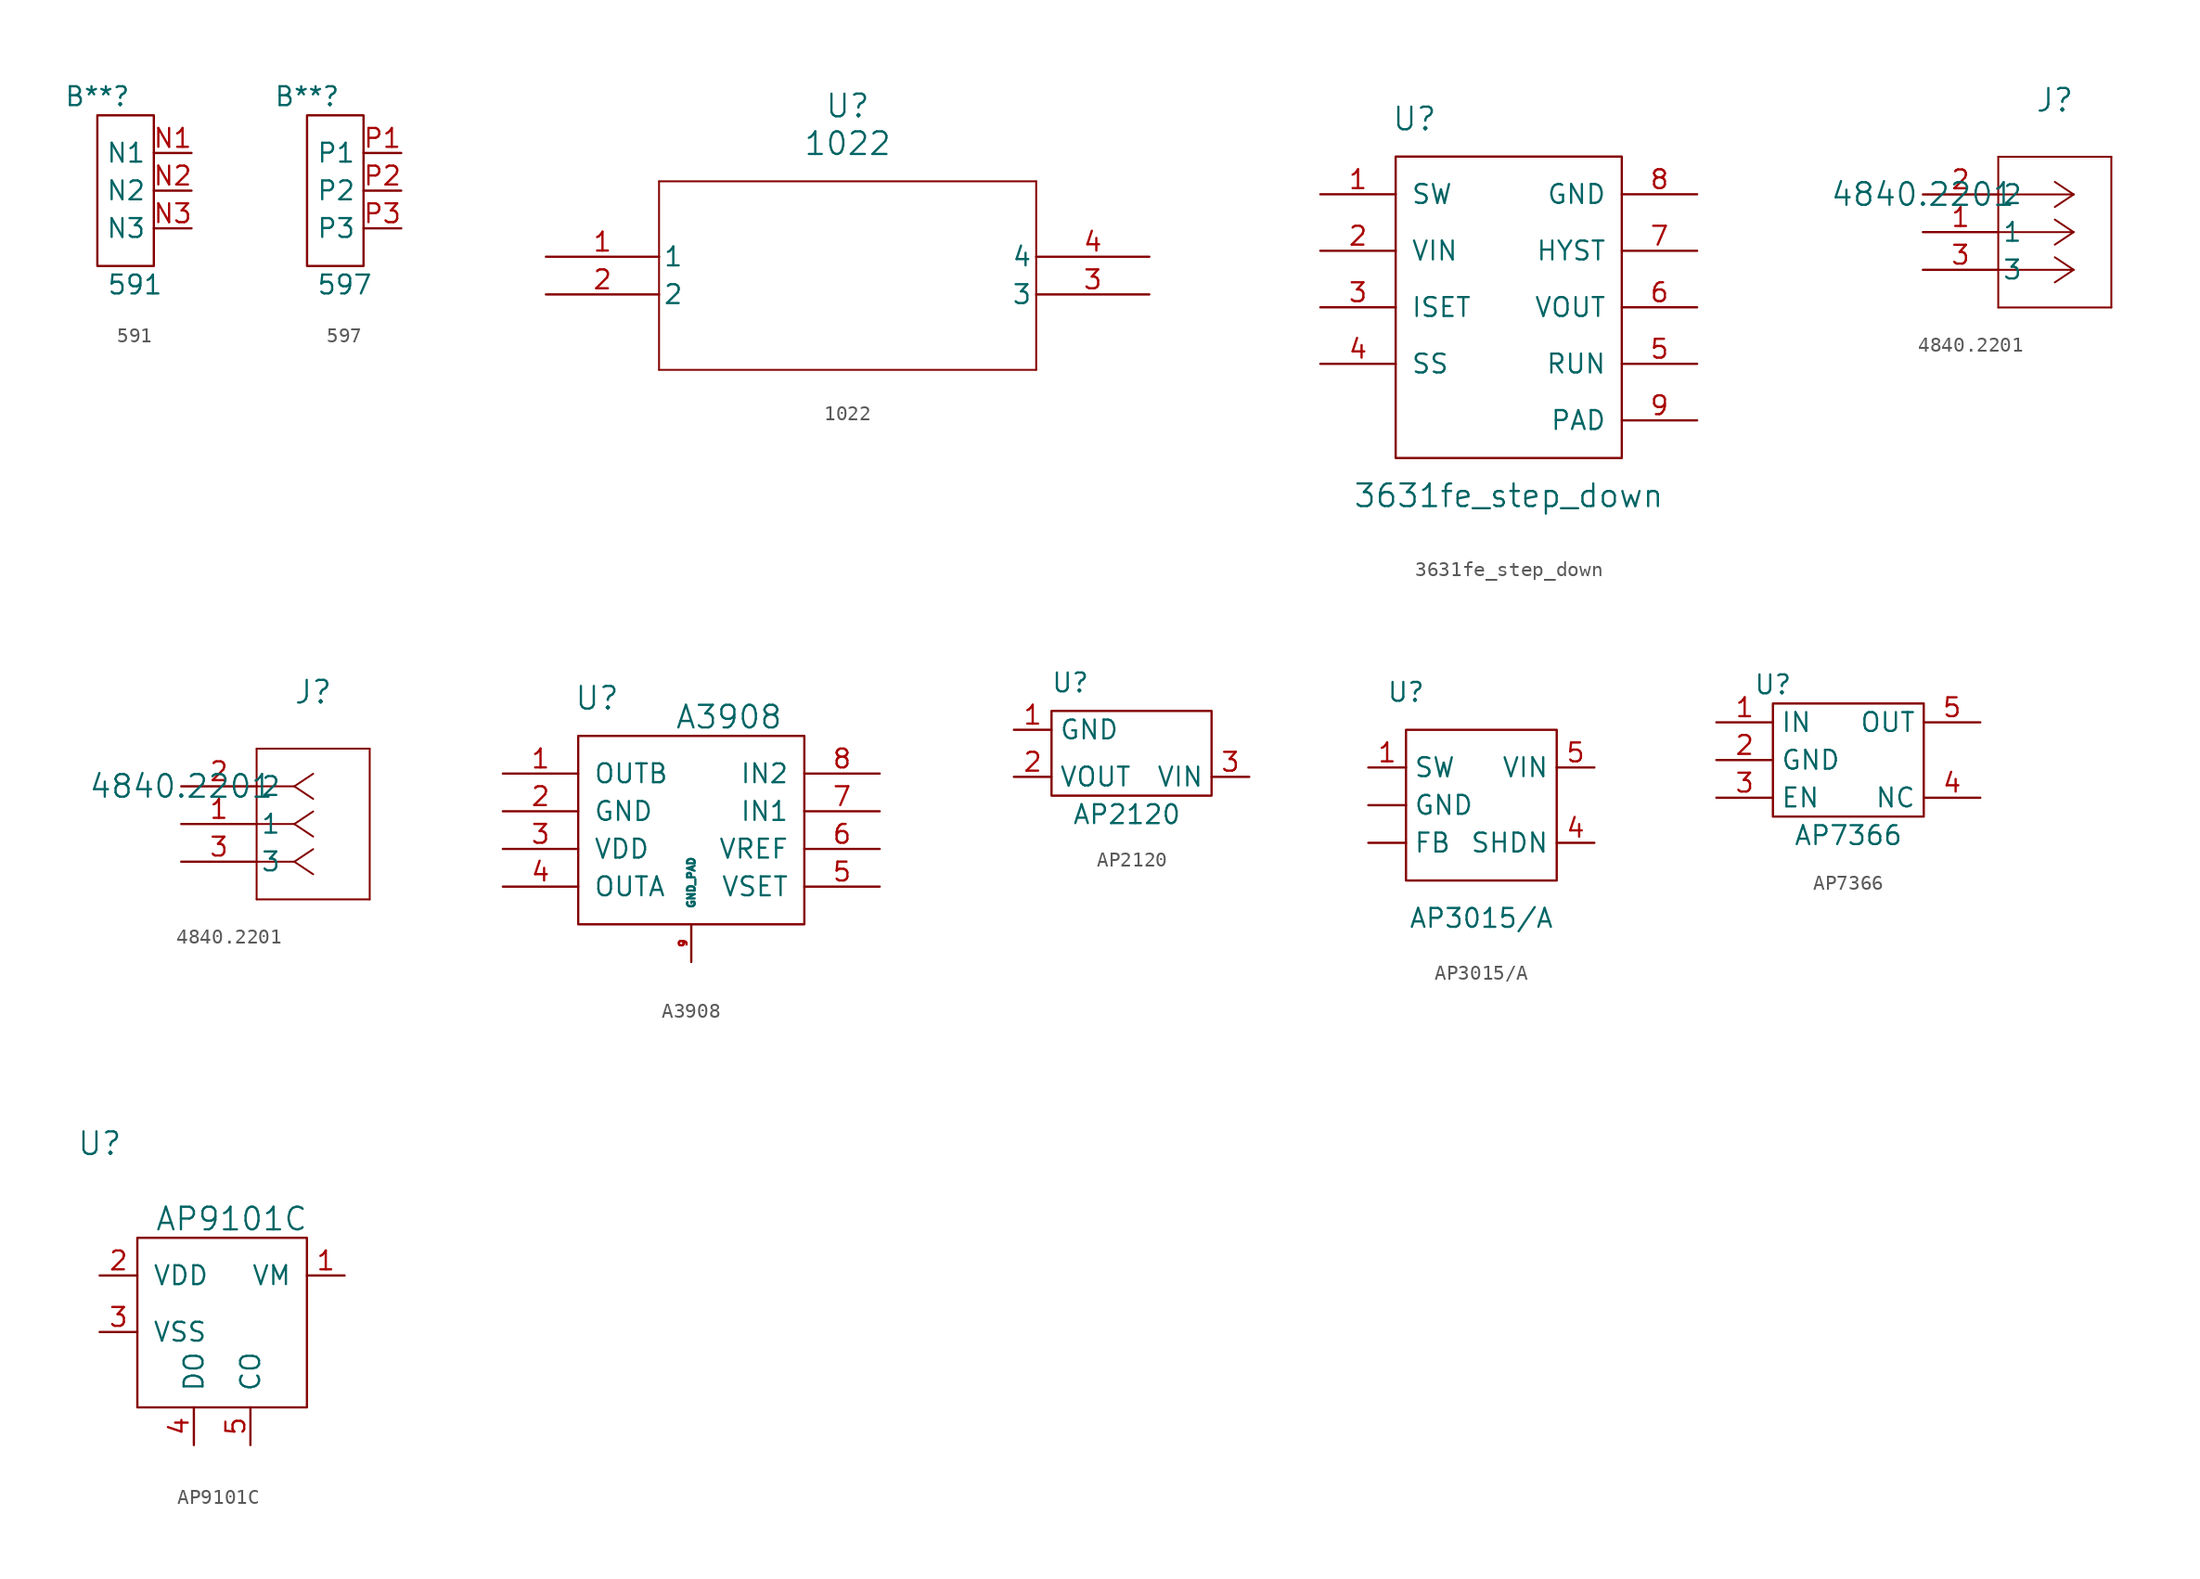
<source format=kicad_sym>
(kicad_symbol_lib
  (version 20231120)
  (generator "kicad_symbol_editor")
  (generator_version "8.0")
  (symbol "591"
    (property "Reference" "B**"
      (at -3.81 5.08 0)
      (effects (font (size 1.27 1.27))))
    (property "Value" "591"
      (at -1.27 -7.62 0)
      (effects (font (size 1.27 1.27))))
    (symbol "591_0_1"
      (rectangle (start 0 3.81) (end -3.81 -6.35) (stroke (width 0) (type default)) (fill (type none))))
    (symbol "591_1_1"
      (pin input line (at 2.54 1.27 180) (length 2.54) (name "N1" (effects (font (size 1.27 1.27)))) (number "N1" (effects (font (size 1.27 1.27)))))
      (pin input line (at 2.54 -1.27 180) (length 2.54) (name "N2" (effects (font (size 1.27 1.27)))) (number "N2" (effects (font (size 1.27 1.27)))))
      (pin input line (at 2.54 -3.81 180) (length 2.54) (name "N3" (effects (font (size 1.27 1.27)))) (number "N3" (effects (font (size 1.27 1.27)))))))
  (symbol "597"
    (property "Reference" "B**"
      (at -3.81 6.35 0)
      (effects (font (size 1.27 1.27))))
    (property "Value" "597"
      (at -1.27 -6.35 0)
      (effects (font (size 1.27 1.27))))
    (symbol "597_0_1"
      (rectangle (start 0 5.08) (end -3.81 -5.08) (stroke (width 0) (type default)) (fill (type none))))
    (symbol "597_1_1"
      (pin input line (at 2.54 2.54 180) (length 2.54) (name "P1" (effects (font (size 1.27 1.27)))) (number "P1" (effects (font (size 1.27 1.27)))))
      (pin input line (at 2.54 0 180) (length 2.54) (name "P2" (effects (font (size 1.27 1.27)))) (number "P2" (effects (font (size 1.27 1.27)))))
      (pin input line (at 2.54 -2.54 180) (length 2.54) (name "P3" (effects (font (size 1.27 1.27)))) (number "P3" (effects (font (size 1.27 1.27)))))))
  (symbol "1022"
    (pin_names
      (offset 0.254))
    (property "Reference" "U"
      (at 20.32 10.16 0)
      (effects (font (size 1.524 1.524))))
    (property "Value" "1022"
      (at 20.32 7.62 0)
      (effects (font (size 1.524 1.524))))
    (symbol "1022_0_1"
      (polyline (pts (xy 7.62 5.08) (xy 7.62 -7.62)) (stroke (width 0.127) (type default) (color 0 0 0 0)) (fill (type none)))
      (polyline (pts (xy 7.62 -7.62) (xy 33.02 -7.62)) (stroke (width 0.127) (type default) (color 0 0 0 0)) (fill (type none)))
      (polyline (pts (xy 33.02 -7.62) (xy 33.02 5.08)) (stroke (width 0.127) (type default) (color 0 0 0 0)) (fill (type none)))
      (polyline (pts (xy 33.02 5.08) (xy 7.62 5.08)) (stroke (width 0.127) (type default) (color 0 0 0 0)) (fill (type none)))
      (pin unspecified line (at 0 0 0) (length 7.62) (name "1" (effects (font (size 1.27 1.27)))) (number "1" (effects (font (size 1.27 1.27)))))
      (pin unspecified line (at 0 -2.54 0) (length 7.62) (name "2" (effects (font (size 1.27 1.27)))) (number "2" (effects (font (size 1.27 1.27)))))
      (pin unspecified line (at 40.64 -2.54 180) (length 7.62) (name "3" (effects (font (size 1.27 1.27)))) (number "3" (effects (font (size 1.27 1.27)))))
      (pin unspecified line (at 40.64 0 180) (length 7.62) (name "4" (effects (font (size 1.27 1.27)))) (number "4" (effects (font (size 1.27 1.27)))))))
  (symbol "3631fe_step_down"
    (pin_names
      (offset 1.016))
    (property "Reference" "U"
      (at -6.35 10.16 0)
      (effects (font (size 1.524 1.524))))
    (property "Value" "3631fe_step_down"
      (at 0 -15.24 0)
      (effects (font (size 1.524 1.524))))
    (symbol "3631fe_step_down_0_1"
      (rectangle (start -7.62 7.62) (end 7.62 -12.7) (stroke (width 0) (type default)) (fill (type none))))
    (symbol "3631fe_step_down_1_1"
      (pin input line (at -12.7 5.08 0) (length 5.08) (name "SW" (effects (font (size 1.27 1.27)))) (number "1" (effects (font (size 1.27 1.27)))))
      (pin input line (at -12.7 1.27 0) (length 5.08) (name "VIN" (effects (font (size 1.27 1.27)))) (number "2" (effects (font (size 1.27 1.27)))))
      (pin input line (at -12.7 -2.54 0) (length 5.08) (name "ISET" (effects (font (size 1.27 1.27)))) (number "3" (effects (font (size 1.27 1.27)))))
      (pin input line (at -12.7 -6.35 0) (length 5.08) (name "SS" (effects (font (size 1.27 1.27)))) (number "4" (effects (font (size 1.27 1.27)))))
      (pin input line (at 12.7 -6.35 180) (length 5.08) (name "RUN" (effects (font (size 1.27 1.27)))) (number "5" (effects (font (size 1.27 1.27)))))
      (pin input line (at 12.7 -2.54 180) (length 5.08) (name "VOUT" (effects (font (size 1.27 1.27)))) (number "6" (effects (font (size 1.27 1.27)))))
      (pin input line (at 12.7 1.27 180) (length 5.08) (name "HYST" (effects (font (size 1.27 1.27)))) (number "7" (effects (font (size 1.27 1.27)))))
      (pin input line (at 12.7 5.08 180) (length 5.08) (name "GND" (effects (font (size 1.27 1.27)))) (number "8" (effects (font (size 1.27 1.27)))))
      (pin input line (at 12.7 -10.16 180) (length 5.08) (name "PAD" (effects (font (size 1.27 1.27)))) (number "9" (effects (font (size 1.27 1.27)))))))
  (symbol "4840.2201"
    (pin_names
      (offset 0.254))
    (property "Reference" "J"
      (at 8.89 6.35 0)
      (effects (font (size 1.524 1.524))))
    (property "Value" "4840.2201"
      (at 0 0 0)
      (effects (font (size 1.524 1.524))))
    (property "ki_locked" ""
      (at 0 0 0)
      (effects (font (size 1.27 1.27))))
    (symbol "4840.2201_1_1"
      (polyline (pts (xy 5.08 -7.62) (xy 12.7 -7.62)) (stroke (width 0.127) (type default)) (fill (type none)))
      (polyline (pts (xy 5.08 2.54) (xy 5.08 -7.62)) (stroke (width 0.127) (type default)) (fill (type none)))
      (polyline (pts (xy 10.16 -5.08) (xy 5.08 -5.08)) (stroke (width 0.127) (type default)) (fill (type none)))
      (polyline (pts (xy 10.16 -5.08) (xy 8.89 -5.927)) (stroke (width 0.127) (type default)) (fill (type none)))
      (polyline (pts (xy 10.16 -5.08) (xy 8.89 -4.233)) (stroke (width 0.127) (type default)) (fill (type none)))
      (polyline (pts (xy 10.16 -2.54) (xy 5.08 -2.54)) (stroke (width 0.127) (type default)) (fill (type none)))
      (polyline (pts (xy 10.16 -2.54) (xy 8.89 -3.387)) (stroke (width 0.127) (type default)) (fill (type none)))
      (polyline (pts (xy 10.16 -2.54) (xy 8.89 -1.693)) (stroke (width 0.127) (type default)) (fill (type none)))
      (polyline (pts (xy 10.16 0) (xy 5.08 0)) (stroke (width 0.127) (type default)) (fill (type none)))
      (polyline (pts (xy 10.16 0) (xy 8.89 -0.847)) (stroke (width 0.127) (type default)) (fill (type none)))
      (polyline (pts (xy 10.16 0) (xy 8.89 0.847)) (stroke (width 0.127) (type default)) (fill (type none)))
      (polyline (pts (xy 12.7 -7.62) (xy 12.7 2.54)) (stroke (width 0.127) (type default)) (fill (type none)))
      (polyline (pts (xy 12.7 2.54) (xy 5.08 2.54)) (stroke (width 0.127) (type default)) (fill (type none)))
      (pin unspecified line (at 0 -2.54 0) (length 5.08) (name "1" (effects (font (size 1.27 1.27)))) (number "1" (effects (font (size 1.27 1.27)))))
      (pin unspecified line (at 0 0 0) (length 5.08) (name "2" (effects (font (size 1.27 1.27)))) (number "2" (effects (font (size 1.27 1.27)))))
      (pin unspecified line (at 0 -5.08 0) (length 5.08) (name "3" (effects (font (size 1.27 1.27)))) (number "3" (effects (font (size 1.27 1.27))))))
    (symbol "4840.2201_1_2"
      (polyline (pts (xy 5.08 -7.62) (xy 12.7 -7.62)) (stroke (width 0.127) (type default)) (fill (type none)))
      (polyline (pts (xy 5.08 2.54) (xy 5.08 -7.62)) (stroke (width 0.127) (type default)) (fill (type none)))
      (polyline (pts (xy 7.62 -5.08) (xy 5.08 -5.08)) (stroke (width 0.127) (type default)) (fill (type none)))
      (polyline (pts (xy 7.62 -5.08) (xy 8.89 -5.927)) (stroke (width 0.127) (type default)) (fill (type none)))
      (polyline (pts (xy 7.62 -5.08) (xy 8.89 -4.233)) (stroke (width 0.127) (type default)) (fill (type none)))
      (polyline (pts (xy 7.62 -2.54) (xy 5.08 -2.54)) (stroke (width 0.127) (type default)) (fill (type none)))
      (polyline (pts (xy 7.62 -2.54) (xy 8.89 -3.387)) (stroke (width 0.127) (type default)) (fill (type none)))
      (polyline (pts (xy 7.62 -2.54) (xy 8.89 -1.693)) (stroke (width 0.127) (type default)) (fill (type none)))
      (polyline (pts (xy 7.62 0) (xy 5.08 0)) (stroke (width 0.127) (type default)) (fill (type none)))
      (polyline (pts (xy 7.62 0) (xy 8.89 -0.847)) (stroke (width 0.127) (type default)) (fill (type none)))
      (polyline (pts (xy 7.62 0) (xy 8.89 0.847)) (stroke (width 0.127) (type default)) (fill (type none)))
      (polyline (pts (xy 12.7 -7.62) (xy 12.7 2.54)) (stroke (width 0.127) (type default)) (fill (type none)))
      (polyline (pts (xy 12.7 2.54) (xy 5.08 2.54)) (stroke (width 0.127) (type default)) (fill (type none)))
      (pin unspecified line (at 0 -2.54 0) (length 5.08) (name "1" (effects (font (size 1.27 1.27)))) (number "1" (effects (font (size 1.27 1.27)))))
      (pin unspecified line (at 0 0 0) (length 5.08) (name "2" (effects (font (size 1.27 1.27)))) (number "2" (effects (font (size 1.27 1.27)))))
      (pin unspecified line (at 0 -5.08 0) (length 5.08) (name "3" (effects (font (size 1.27 1.27)))) (number "3" (effects (font (size 1.27 1.27)))))))
  (symbol "A3908"
    (pin_names
      (offset 1.016))
    (property "Reference" "U"
      (at -6.35 8.89 0)
      (effects (font (size 1.524 1.524))))
    (property "Value" "A3908"
      (at 2.54 7.62 0)
      (effects (font (size 1.524 1.524))))
    (symbol "A3908_0_1"
      (rectangle (start -7.62 6.35) (end 7.62 -6.35) (stroke (width 0) (type default)) (fill (type none))))
    (symbol "A3908_1_1"
      (pin input line (at -12.7 3.81 0) (length 5.08) (name "OUTB" (effects (font (size 1.27 1.27)))) (number "1" (effects (font (size 1.27 1.27)))))
      (pin input line (at -12.7 1.27 0) (length 5.08) (name "GND" (effects (font (size 1.27 1.27)))) (number "2" (effects (font (size 1.27 1.27)))))
      (pin input line (at -12.7 -1.27 0) (length 5.08) (name "VDD" (effects (font (size 1.27 1.27)))) (number "3" (effects (font (size 1.27 1.27)))))
      (pin input line (at -12.7 -3.81 0) (length 5.08) (name "OUTA" (effects (font (size 1.27 1.27)))) (number "4" (effects (font (size 1.27 1.27)))))
      (pin input line (at 12.7 -3.81 180) (length 5.08) (name "VSET" (effects (font (size 1.27 1.27)))) (number "5" (effects (font (size 1.27 1.27)))))
      (pin input line (at 12.7 -1.27 180) (length 5.08) (name "VREF" (effects (font (size 1.27 1.27)))) (number "6" (effects (font (size 1.27 1.27)))))
      (pin input line (at 12.7 1.27 180) (length 5.08) (name "IN1" (effects (font (size 1.27 1.27)))) (number "7" (effects (font (size 1.27 1.27)))))
      (pin input line (at 12.7 3.81 180) (length 5.08) (name "IN2" (effects (font (size 1.27 1.27)))) (number "8" (effects (font (size 1.27 1.27)))))
      (pin input line (at 0 -8.89 90) (length 2.54) (name "GND_PAD" (effects (font (size 0.508 0.508)))) (number "9" (effects (font (size 0.508 0.508)))))))
  (symbol "AP2120"
    (property "Reference" "U"
      (at -3.81 5.08 0)
      (effects (font (size 1.27 1.27))))
    (property "Value" "AP2120"
      (at 0 -3.81 0)
      (effects (font (size 1.27 1.27))))
    (symbol "AP2120_0_1"
      (rectangle (start -5.08 3.175) (end 5.715 -2.54) (stroke (width 0) (type default)) (fill (type none))))
    (symbol "AP2120_1_1"
      (pin input line (at -7.62 1.905 0) (length 2.54) (name "GND" (effects (font (size 1.27 1.27)))) (number "1" (effects (font (size 1.27 1.27)))))
      (pin input line (at -7.62 -1.27 0) (length 2.54) (name "VOUT" (effects (font (size 1.27 1.27)))) (number "2" (effects (font (size 1.27 1.27)))))
      (pin input line (at 8.255 -1.27 180) (length 2.54) (name "VIN" (effects (font (size 1.27 1.27)))) (number "3" (effects (font (size 1.27 1.27)))))))
  (symbol "AP3015/A"
    (property "Reference" "U"
      (at -5.08 10.16 0)
      (effects (font (size 1.27 1.27))))
    (property "Value" "AP3015{slash}A"
      (at 0 -5.08 0)
      (effects (font (size 1.27 1.27))))
    (symbol "AP3015/A_0_1"
      (rectangle (start -5.08 7.62) (end 5.08 -2.54) (stroke (width 0) (type default)) (fill (type none))))
    (symbol "AP3015/A_1_1"
      (pin input line (at -7.62 0 0) (length 2.54) (name "FB" (effects (font (size 1.27 1.27)))) (number "" (effects (font (size 1.27 1.27)))))
      (pin input line (at -7.62 2.54 0) (length 2.54) (name "GND" (effects (font (size 1.27 1.27)))) (number "" (effects (font (size 1.27 1.27)))))
      (pin input line (at -7.62 5.08 0) (length 2.54) (name "SW" (effects (font (size 1.27 1.27)))) (number "1" (effects (font (size 1.27 1.27)))))
      (pin input line (at 7.62 0 180) (length 2.54) (name "SHDN" (effects (font (size 1.27 1.27)))) (number "4" (effects (font (size 1.27 1.27)))))
      (pin input line (at 7.62 5.08 180) (length 2.54) (name "VIN" (effects (font (size 1.27 1.27)))) (number "5" (effects (font (size 1.27 1.27)))))))
  (symbol "AP7366"
    (property "Reference" "U"
      (at -5.08 5.08 0)
      (effects (font (size 1.27 1.27))))
    (property "Value" "AP7366"
      (at 0 -5.08 0)
      (effects (font (size 1.27 1.27))))
    (symbol "AP7366_0_1"
      (rectangle (start -5.08 3.81) (end 5.08 -3.81) (stroke (width 0) (type default)) (fill (type none))))
    (symbol "AP7366_1_1"
      (pin passive line (at -8.89 2.54 0) (length 3.81) (name "IN" (effects (font (size 1.27 1.27)))) (number "1" (effects (font (size 1.27 1.27)))))
      (pin passive line (at -8.89 0 0) (length 3.81) (name "GND" (effects (font (size 1.27 1.27)))) (number "2" (effects (font (size 1.27 1.27)))))
      (pin passive line (at -8.89 -2.54 0) (length 3.81) (name "EN" (effects (font (size 1.27 1.27)))) (number "3" (effects (font (size 1.27 1.27)))))
      (pin passive line (at 8.89 -2.54 180) (length 3.81) (name "NC" (effects (font (size 1.27 1.27)))) (number "4" (effects (font (size 1.27 1.27)))))
      (pin passive line (at 8.89 2.54 180) (length 3.81) (name "OUT" (effects (font (size 1.27 1.27)))) (number "5" (effects (font (size 1.27 1.27)))))))
  (symbol "AP9101C"
    (pin_names
      (offset 1.016))
    (property "Reference" "U"
      (at -7.62 11.43 0)
      (effects (font (size 1.524 1.524))))
    (property "Value" "AP9101C"
      (at 1.27 6.35 0)
      (effects (font (size 1.524 1.524))))
    (symbol "AP9101C_0_1"
      (rectangle (start -5.08 5.08) (end 6.35 -6.35) (stroke (width 0) (type default)) (fill (type none))))
    (symbol "AP9101C_1_1"
      (pin input line (at 8.89 2.54 180) (length 2.54) (name "VM" (effects (font (size 1.27 1.27)))) (number "1" (effects (font (size 1.27 1.27)))))
      (pin input line (at -7.62 2.54 0) (length 2.54) (name "VDD" (effects (font (size 1.27 1.27)))) (number "2" (effects (font (size 1.27 1.27)))))
      (pin input line (at -7.62 -1.27 0) (length 2.54) (name "VSS" (effects (font (size 1.27 1.27)))) (number "3" (effects (font (size 1.27 1.27)))))
      (pin input line (at -1.27 -8.89 90) (length 2.54) (name "DO" (effects (font (size 1.27 1.27)))) (number "4" (effects (font (size 1.27 1.27)))))
      (pin input line (at 2.54 -8.89 90) (length 2.54) (name "CO" (effects (font (size 1.27 1.27)))) (number "5" (effects (font (size 1.27 1.27))))))))
</source>
